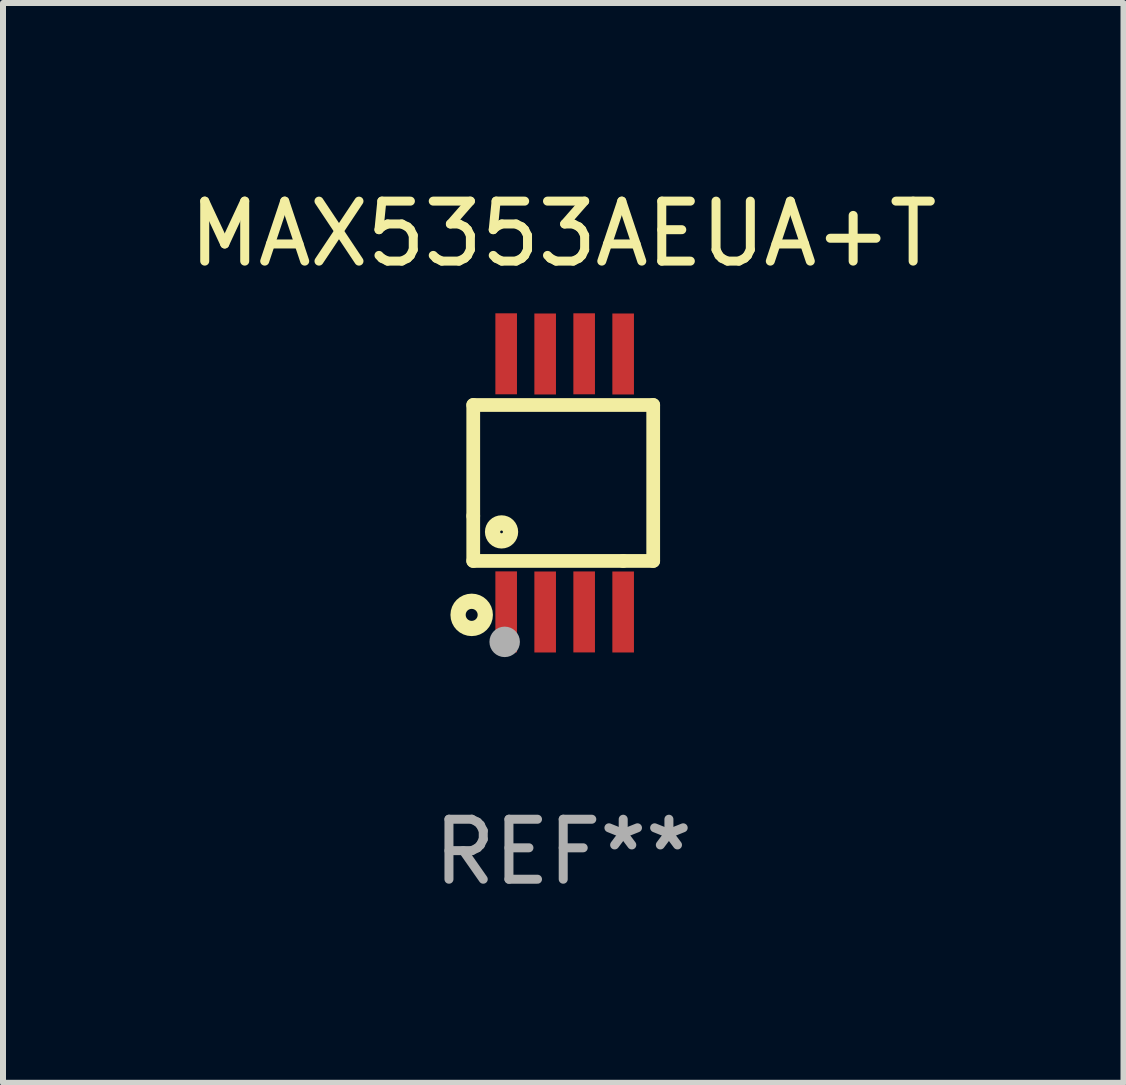
<source format=kicad_pcb>
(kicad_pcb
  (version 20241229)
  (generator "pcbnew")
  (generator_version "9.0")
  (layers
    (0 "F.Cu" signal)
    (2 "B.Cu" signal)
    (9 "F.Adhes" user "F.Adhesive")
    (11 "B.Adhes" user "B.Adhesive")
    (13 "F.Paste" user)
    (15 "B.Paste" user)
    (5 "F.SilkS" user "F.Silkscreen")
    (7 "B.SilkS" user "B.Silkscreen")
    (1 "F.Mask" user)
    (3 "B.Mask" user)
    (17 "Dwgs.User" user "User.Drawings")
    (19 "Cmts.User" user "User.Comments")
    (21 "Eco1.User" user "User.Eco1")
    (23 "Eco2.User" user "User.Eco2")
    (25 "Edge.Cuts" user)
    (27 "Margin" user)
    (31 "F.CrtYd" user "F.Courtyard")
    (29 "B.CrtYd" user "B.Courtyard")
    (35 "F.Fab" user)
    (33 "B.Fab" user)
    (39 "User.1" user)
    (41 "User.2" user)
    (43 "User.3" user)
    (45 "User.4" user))
  (footprint "MAX5353AEUA+T"
    (layer "F.Cu")
    (at 6.339 5)
    (property "Reference" "MAX5353AEUA+T" (at 0 -4.152 0) (layer "F.SilkS") (effects (font (size 1 1) (thickness 0.15))))
    (attr through_hole)
    (fp_line (start -1.5 1.301) (end 1 1.301) (stroke (width 0.229) (type solid)) (layer "F.SilkS"))
    (fp_line (start -1.5 -1.299) (end -1.5 0.551) (stroke (width 0.229) (type solid)) (layer "F.SilkS"))
    (fp_line (start -1.5 0.551) (end -1.5 1.301) (stroke (width 0.229) (type solid)) (layer "F.SilkS"))
    (fp_line (start 1 1.301) (end 1.5 1.301) (stroke (width 0.229) (type solid)) (layer "F.SilkS"))
    (fp_line (start 1.5 1.301) (end 1.5 -1.299) (stroke (width 0.229) (type solid)) (layer "F.SilkS"))
    (fp_line (start 1.5 -1.299) (end -1.5 -1.299) (stroke (width 0.229) (type solid)) (layer "F.SilkS"))
    (fp_circle (center -1.526 2.2) (end -1.426 2.2) (stroke (width 0.254) (type solid)) (fill no) (layer "F.SilkS"))
    (fp_circle (center -1.476 2.45) (end -1.446 2.45) (stroke (width 0.06) (type solid)) (fill no) (layer "F.SilkS"))
    (fp_circle (center -1.028 0.817) (end -0.878 0.817) (stroke (width 0.254) (type solid)) (fill no) (layer "F.SilkS"))
    (fp_circle (center -0.976 2.65) (end -0.849 2.65) (stroke (width 0.254) (type solid)) (fill no) (layer "F.Fab"))
    (fp_text user "REF**" (at 0 6.152 0) (layer "F.Fab") (effects (font (size 1 1) (thickness 0.15))))
    (pad "1" smd rect (at -0.951 2.15) (size 0.36 1.35) (layers "F.Cu" "F.Mask" "F.Paste"))
    (pad "2" smd rect (at -0.301 2.152) (size 0.36 1.35) (layers "F.Cu" "F.Mask" "F.Paste"))
    (pad "3" smd rect (at 0.349 2.151) (size 0.36 1.35) (layers "F.Cu" "F.Mask" "F.Paste"))
    (pad "4" smd rect (at 0.999 2.152) (size 0.36 1.35) (layers "F.Cu" "F.Mask" "F.Paste"))
    (pad "5" smd rect (at 0.999 -2.149) (size 0.36 1.35) (layers "F.Cu" "F.Mask" "F.Paste"))
    (pad "6" smd rect (at 0.349 -2.152) (size 0.36 1.35) (layers "F.Cu" "F.Mask" "F.Paste"))
    (pad "7" smd rect (at -0.301 -2.149) (size 0.36 1.35) (layers "F.Cu" "F.Mask" "F.Paste"))
    (pad "8" smd rect (at -0.951 -2.152) (size 0.36 1.35) (layers "F.Cu" "F.Mask" "F.Paste")))
  (gr_rect
    (start -3 -3)
    (end 15.679 15.001)
    (stroke (width 0.1) (type default))
    (fill no)
    (layer "Edge.Cuts")))
</source>
